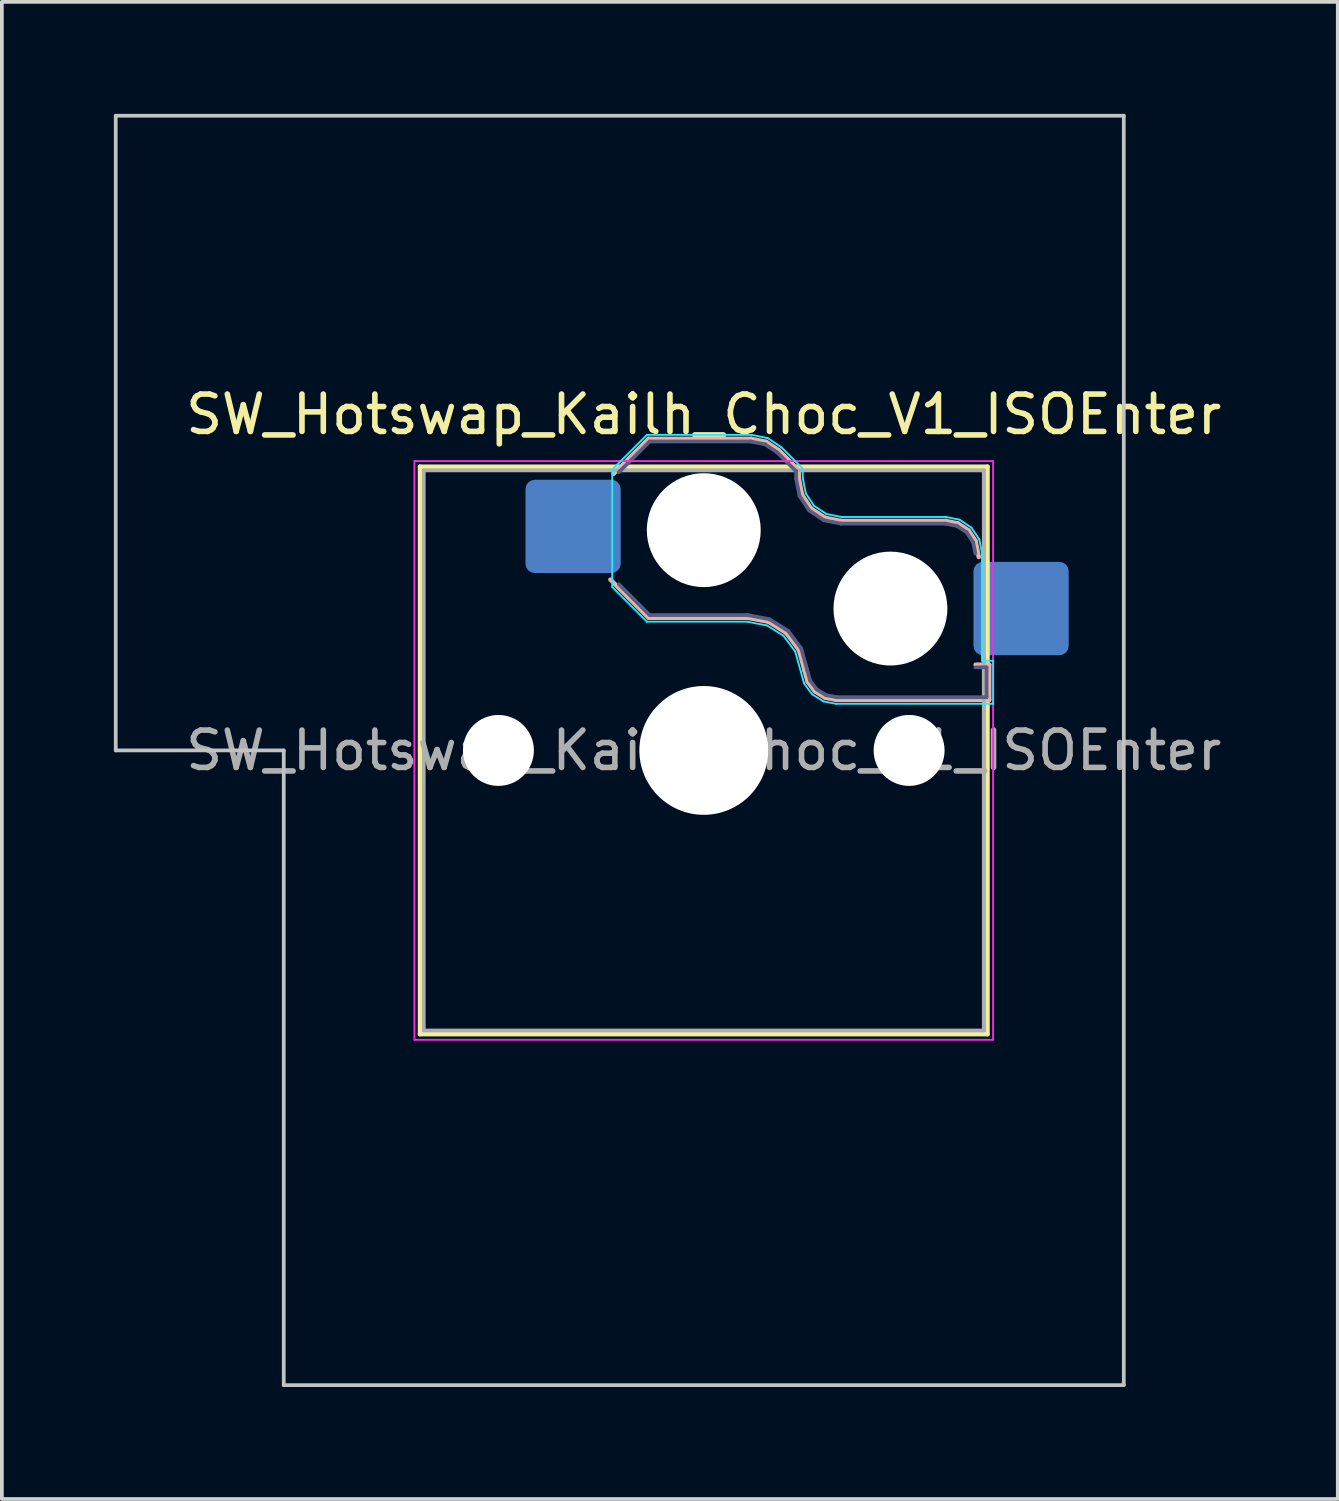
<source format=kicad_pcb>
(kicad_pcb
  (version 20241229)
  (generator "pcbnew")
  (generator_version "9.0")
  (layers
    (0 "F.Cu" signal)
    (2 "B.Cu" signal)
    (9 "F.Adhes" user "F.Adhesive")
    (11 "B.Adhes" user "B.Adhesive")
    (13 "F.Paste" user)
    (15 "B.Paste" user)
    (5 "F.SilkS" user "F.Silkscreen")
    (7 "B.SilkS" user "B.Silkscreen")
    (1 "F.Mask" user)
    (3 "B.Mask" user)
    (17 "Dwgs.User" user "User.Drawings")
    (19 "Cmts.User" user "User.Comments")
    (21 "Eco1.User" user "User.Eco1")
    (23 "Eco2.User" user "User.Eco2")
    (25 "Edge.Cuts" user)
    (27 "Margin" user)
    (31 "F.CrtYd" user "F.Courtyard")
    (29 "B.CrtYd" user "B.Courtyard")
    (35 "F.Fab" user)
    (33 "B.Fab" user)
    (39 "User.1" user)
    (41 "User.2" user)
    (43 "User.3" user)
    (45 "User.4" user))
  (footprint "SW_Hotswap_Kailh_Choc_V1_ISOEnter"
    (layer "F.Cu")
    (at 15.8 17.05)
    (property "Reference" "SW_Hotswap_Kailh_Choc_V1_ISOEnter" (at 0 -9 0) (layer "F.SilkS") (effects (font (size 1 1) (thickness 0.15))))
    (attr smd)
    (fp_line (start -7.6 -7.6) (end -7.6 7.6) (stroke (width 0.12) (type solid)) (layer "F.SilkS"))
    (fp_line (start -7.6 7.6) (end 7.6 7.6) (stroke (width 0.12) (type solid)) (layer "F.SilkS"))
    (fp_line (start 7.6 -7.6) (end -7.6 -7.6) (stroke (width 0.12) (type solid)) (layer "F.SilkS"))
    (fp_line (start 7.6 7.6) (end 7.6 -7.6) (stroke (width 0.12) (type solid)) (layer "F.SilkS"))
    (fp_line (start -2.416 -7.409) (end -1.479 -8.346) (stroke (width 0.12) (type solid)) (layer "B.SilkS"))
    (fp_line (start -1.479 -8.346) (end 1.268 -8.346) (stroke (width 0.12) (type solid)) (layer "B.SilkS"))
    (fp_line (start -1.479 -3.554) (end -2.5 -4.575) (stroke (width 0.12) (type solid)) (layer "B.SilkS"))
    (fp_line (start 1.168 -3.554) (end -1.479 -3.554) (stroke (width 0.12) (type solid)) (layer "B.SilkS"))
    (fp_line (start 1.268 -8.346) (end 1.671 -8.266) (stroke (width 0.12) (type solid)) (layer "B.SilkS"))
    (fp_line (start 1.671 -8.266) (end 2.013 -8.037) (stroke (width 0.12) (type solid)) (layer "B.SilkS"))
    (fp_line (start 1.73 -3.449) (end 1.168 -3.554) (stroke (width 0.12) (type solid)) (layer "B.SilkS"))
    (fp_line (start 2.013 -8.037) (end 2.546 -7.504) (stroke (width 0.12) (type solid)) (layer "B.SilkS"))
    (fp_line (start 2.209 -3.15) (end 1.73 -3.449) (stroke (width 0.12) (type solid)) (layer "B.SilkS"))
    (fp_line (start 2.546 -7.504) (end 2.546 -7.282) (stroke (width 0.12) (type solid)) (layer "B.SilkS"))
    (fp_line (start 2.546 -7.282) (end 2.633 -6.844) (stroke (width 0.12) (type solid)) (layer "B.SilkS"))
    (fp_line (start 2.547 -2.697) (end 2.209 -3.15) (stroke (width 0.12) (type solid)) (layer "B.SilkS"))
    (fp_line (start 2.633 -6.844) (end 2.877 -6.477) (stroke (width 0.12) (type solid)) (layer "B.SilkS"))
    (fp_line (start 2.701 -2.139) (end 2.547 -2.697) (stroke (width 0.12) (type solid)) (layer "B.SilkS"))
    (fp_line (start 2.783 -1.841) (end 2.701 -2.139) (stroke (width 0.12) (type solid)) (layer "B.SilkS"))
    (fp_line (start 2.877 -6.477) (end 3.244 -6.233) (stroke (width 0.12) (type solid)) (layer "B.SilkS"))
    (fp_line (start 2.976 -1.583) (end 2.783 -1.841) (stroke (width 0.12) (type solid)) (layer "B.SilkS"))
    (fp_line (start 3.244 -6.233) (end 3.682 -6.146) (stroke (width 0.12) (type solid)) (layer "B.SilkS"))
    (fp_line (start 3.25 -1.413) (end 2.976 -1.583) (stroke (width 0.12) (type solid)) (layer "B.SilkS"))
    (fp_line (start 3.56 -1.354) (end 3.25 -1.413) (stroke (width 0.12) (type solid)) (layer "B.SilkS"))
    (fp_line (start 3.682 -6.146) (end 6.482 -6.146) (stroke (width 0.12) (type solid)) (layer "B.SilkS"))
    (fp_line (start 6.482 -6.146) (end 6.809 -6.081) (stroke (width 0.12) (type solid)) (layer "B.SilkS"))
    (fp_line (start 6.809 -6.081) (end 7.092 -5.892) (stroke (width 0.12) (type solid)) (layer "B.SilkS"))
    (fp_line (start 7.092 -5.892) (end 7.281 -5.609) (stroke (width 0.12) (type solid)) (layer "B.SilkS"))
    (fp_line (start 7.281 -5.609) (end 7.366 -5.182) (stroke (width 0.12) (type solid)) (layer "B.SilkS"))
    (fp_line (start 7.283 -2.296) (end 7.646 -2.296) (stroke (width 0.12) (type solid)) (layer "B.SilkS"))
    (fp_line (start 7.646 -2.296) (end 7.646 -1.354) (stroke (width 0.12) (type solid)) (layer "B.SilkS"))
    (fp_line (start 7.646 -1.354) (end 3.56 -1.354) (stroke (width 0.12) (type solid)) (layer "B.SilkS"))
    (fp_line (start -15.75 -17) (end -15.75 0) (stroke (width 0.1) (type solid)) (layer "Dwgs.User"))
    (fp_line (start -15.75 0) (end -11.25 0) (stroke (width 0.1) (type solid)) (layer "Dwgs.User"))
    (fp_line (start -11.25 0) (end -11.25 17) (stroke (width 0.1) (type solid)) (layer "Dwgs.User"))
    (fp_line (start -11.25 17) (end 11.25 17) (stroke (width 0.1) (type solid)) (layer "Dwgs.User"))
    (fp_line (start 11.25 -17) (end -15.75 -17) (stroke (width 0.1) (type solid)) (layer "Dwgs.User"))
    (fp_line (start 11.25 17) (end 11.25 -17) (stroke (width 0.1) (type solid)) (layer "Dwgs.User"))
    (fp_line (start -7.25 -7.25) (end -7.25 7.25) (stroke (width 0.1) (type solid)) (layer "Eco1.User"))
    (fp_line (start -7.25 7.25) (end 7.25 7.25) (stroke (width 0.1) (type solid)) (layer "Eco1.User"))
    (fp_line (start 7.25 -7.25) (end -7.25 -7.25) (stroke (width 0.1) (type solid)) (layer "Eco1.User"))
    (fp_line (start 7.25 7.25) (end 7.25 -7.25) (stroke (width 0.1) (type solid)) (layer "Eco1.User"))
    (fp_line (start -2.452 -7.523) (end -1.523 -8.452) (stroke (width 0.05) (type solid)) (layer "B.CrtYd"))
    (fp_line (start -2.452 -4.377) (end -2.452 -7.523) (stroke (width 0.05) (type solid)) (layer "B.CrtYd"))
    (fp_line (start -1.523 -8.452) (end 1.278 -8.452) (stroke (width 0.05) (type solid)) (layer "B.CrtYd"))
    (fp_line (start -1.523 -3.448) (end -2.452 -4.377) (stroke (width 0.05) (type solid)) (layer "B.CrtYd"))
    (fp_line (start 1.159 -3.448) (end -1.523 -3.448) (stroke (width 0.05) (type solid)) (layer "B.CrtYd"))
    (fp_line (start 1.278 -8.452) (end 1.712 -8.366) (stroke (width 0.05) (type solid)) (layer "B.CrtYd"))
    (fp_line (start 1.691 -3.348) (end 1.159 -3.448) (stroke (width 0.05) (type solid)) (layer "B.CrtYd"))
    (fp_line (start 1.712 -8.366) (end 2.081 -8.119) (stroke (width 0.05) (type solid)) (layer "B.CrtYd"))
    (fp_line (start 2.081 -8.119) (end 2.652 -7.548) (stroke (width 0.05) (type solid)) (layer "B.CrtYd"))
    (fp_line (start 2.136 -3.071) (end 1.691 -3.348) (stroke (width 0.05) (type solid)) (layer "B.CrtYd"))
    (fp_line (start 2.45 -2.65) (end 2.136 -3.071) (stroke (width 0.05) (type solid)) (layer "B.CrtYd"))
    (fp_line (start 2.599 -2.111) (end 2.45 -2.65) (stroke (width 0.05) (type solid)) (layer "B.CrtYd"))
    (fp_line (start 2.652 -7.548) (end 2.652 -7.292) (stroke (width 0.05) (type solid)) (layer "B.CrtYd"))
    (fp_line (start 2.652 -7.292) (end 2.733 -6.885) (stroke (width 0.05) (type solid)) (layer "B.CrtYd"))
    (fp_line (start 2.687 -1.794) (end 2.599 -2.111) (stroke (width 0.05) (type solid)) (layer "B.CrtYd"))
    (fp_line (start 2.733 -6.885) (end 2.953 -6.553) (stroke (width 0.05) (type solid)) (layer "B.CrtYd"))
    (fp_line (start 2.903 -1.503) (end 2.687 -1.794) (stroke (width 0.05) (type solid)) (layer "B.CrtYd"))
    (fp_line (start 2.953 -6.553) (end 3.285 -6.333) (stroke (width 0.05) (type solid)) (layer "B.CrtYd"))
    (fp_line (start 3.211 -1.312) (end 2.903 -1.503) (stroke (width 0.05) (type solid)) (layer "B.CrtYd"))
    (fp_line (start 3.285 -6.333) (end 3.692 -6.252) (stroke (width 0.05) (type solid)) (layer "B.CrtYd"))
    (fp_line (start 3.55 -1.248) (end 3.211 -1.312) (stroke (width 0.05) (type solid)) (layer "B.CrtYd"))
    (fp_line (start 3.692 -6.252) (end 6.492 -6.252) (stroke (width 0.05) (type solid)) (layer "B.CrtYd"))
    (fp_line (start 6.492 -6.252) (end 6.85 -6.181) (stroke (width 0.05) (type solid)) (layer "B.CrtYd"))
    (fp_line (start 6.85 -6.181) (end 7.168 -5.968) (stroke (width 0.05) (type solid)) (layer "B.CrtYd"))
    (fp_line (start 7.168 -5.968) (end 7.381 -5.65) (stroke (width 0.05) (type solid)) (layer "B.CrtYd"))
    (fp_line (start 7.381 -5.65) (end 7.452 -5.292) (stroke (width 0.05) (type solid)) (layer "B.CrtYd"))
    (fp_line (start 7.452 -5.292) (end 7.452 -2.402) (stroke (width 0.05) (type solid)) (layer "B.CrtYd"))
    (fp_line (start 7.452 -2.402) (end 7.752 -2.402) (stroke (width 0.05) (type solid)) (layer "B.CrtYd"))
    (fp_line (start 7.752 -2.402) (end 7.752 -1.248) (stroke (width 0.05) (type solid)) (layer "B.CrtYd"))
    (fp_line (start 7.752 -1.248) (end 3.55 -1.248) (stroke (width 0.05) (type solid)) (layer "B.CrtYd"))
    (fp_line (start -7.75 -7.75) (end -7.75 7.75) (stroke (width 0.05) (type solid)) (layer "F.CrtYd"))
    (fp_line (start -7.75 7.75) (end 7.75 7.75) (stroke (width 0.05) (type solid)) (layer "F.CrtYd"))
    (fp_line (start 7.75 -7.75) (end -7.75 -7.75) (stroke (width 0.05) (type solid)) (layer "F.CrtYd"))
    (fp_line (start 7.75 7.75) (end 7.75 -7.75) (stroke (width 0.05) (type solid)) (layer "F.CrtYd"))
    (fp_line (start -2.275 -7.45) (end -1.45 -8.275) (stroke (width 0.1) (type solid)) (layer "B.Fab"))
    (fp_line (start -1.45 -8.275) (end 1.261 -8.275) (stroke (width 0.1) (type solid)) (layer "B.Fab"))
    (fp_line (start -1.45 -3.625) (end -2.275 -4.45) (stroke (width 0.1) (type solid)) (layer "B.Fab"))
    (fp_line (start 1.175 -3.625) (end -1.45 -3.625) (stroke (width 0.1) (type solid)) (layer "B.Fab"))
    (fp_line (start 1.261 -8.275) (end 1.643 -8.199) (stroke (width 0.1) (type solid)) (layer "B.Fab"))
    (fp_line (start 1.643 -8.199) (end 1.968 -7.982) (stroke (width 0.1) (type solid)) (layer "B.Fab"))
    (fp_line (start 1.756 -3.516) (end 1.175 -3.625) (stroke (width 0.1) (type solid)) (layer "B.Fab"))
    (fp_line (start 1.968 -7.982) (end 2.475 -7.475) (stroke (width 0.1) (type solid)) (layer "B.Fab"))
    (fp_line (start 2.258 -3.203) (end 1.756 -3.516) (stroke (width 0.1) (type solid)) (layer "B.Fab"))
    (fp_line (start 2.475 -7.475) (end 2.475 -7.275) (stroke (width 0.1) (type solid)) (layer "B.Fab"))
    (fp_line (start 2.475 -7.275) (end 2.566 -6.816) (stroke (width 0.1) (type solid)) (layer "B.Fab"))
    (fp_line (start 2.566 -6.816) (end 2.826 -6.426) (stroke (width 0.1) (type solid)) (layer "B.Fab"))
    (fp_line (start 2.612 -2.729) (end 2.258 -3.203) (stroke (width 0.1) (type solid)) (layer "B.Fab"))
    (fp_line (start 2.769 -2.158) (end 2.612 -2.729) (stroke (width 0.1) (type solid)) (layer "B.Fab"))
    (fp_line (start 2.826 -6.426) (end 3.216 -6.166) (stroke (width 0.1) (type solid)) (layer "B.Fab"))
    (fp_line (start 2.848 -1.873) (end 2.769 -2.158) (stroke (width 0.1) (type solid)) (layer "B.Fab"))
    (fp_line (start 3.025 -1.636) (end 2.848 -1.873) (stroke (width 0.1) (type solid)) (layer "B.Fab"))
    (fp_line (start 3.216 -6.166) (end 3.675 -6.075) (stroke (width 0.1) (type solid)) (layer "B.Fab"))
    (fp_line (start 3.276 -1.48) (end 3.025 -1.636) (stroke (width 0.1) (type solid)) (layer "B.Fab"))
    (fp_line (start 3.567 -1.425) (end 3.276 -1.48) (stroke (width 0.1) (type solid)) (layer "B.Fab"))
    (fp_line (start 3.675 -6.075) (end 6.475 -6.075) (stroke (width 0.1) (type solid)) (layer "B.Fab"))
    (fp_line (start 6.475 -6.075) (end 6.781 -6.014) (stroke (width 0.1) (type solid)) (layer "B.Fab"))
    (fp_line (start 6.781 -6.014) (end 7.041 -5.841) (stroke (width 0.1) (type solid)) (layer "B.Fab"))
    (fp_line (start 7.041 -5.841) (end 7.214 -5.581) (stroke (width 0.1) (type solid)) (layer "B.Fab"))
    (fp_line (start 7.214 -5.581) (end 7.275 -5.275) (stroke (width 0.1) (type solid)) (layer "B.Fab"))
    (fp_line (start 7.275 -2.225) (end 7.575 -2.225) (stroke (width 0.1) (type solid)) (layer "B.Fab"))
    (fp_line (start 7.575 -2.225) (end 7.575 -1.425) (stroke (width 0.1) (type solid)) (layer "B.Fab"))
    (fp_line (start 7.575 -1.425) (end 3.567 -1.425) (stroke (width 0.1) (type solid)) (layer "B.Fab"))
    (fp_line (start -7.5 -7.5) (end -7.5 7.5) (stroke (width 0.1) (type solid)) (layer "F.Fab"))
    (fp_line (start -7.5 7.5) (end 7.5 7.5) (stroke (width 0.1) (type solid)) (layer "F.Fab"))
    (fp_line (start 7.5 -7.5) (end -7.5 -7.5) (stroke (width 0.1) (type solid)) (layer "F.Fab"))
    (fp_line (start 7.5 7.5) (end 7.5 -7.5) (stroke (width 0.1) (type solid)) (layer "F.Fab"))
    (fp_text user "${REFERENCE}" (at 0 0 0) (layer "F.Fab") (effects (font (size 1 1) (thickness 0.15))))
    (pad "" np_thru_hole circle (at -5.5 0) (size 1.9 1.9) (drill 1.9) (layers "*.Cu" "*.Mask"))
    (pad "" np_thru_hole circle (at 0 -5.9) (size 3.05 3.05) (drill 3.05) (layers "*.Cu" "*.Mask"))
    (pad "" np_thru_hole circle (at 0 0) (size 3.45 3.45) (drill 3.45) (layers "*.Cu" "*.Mask"))
    (pad "" np_thru_hole circle (at 5 -3.8) (size 3.05 3.05) (drill 3.05) (layers "*.Cu" "*.Mask"))
    (pad "" np_thru_hole circle (at 5.5 0) (size 1.9 1.9) (drill 1.9) (layers "*.Cu" "*.Mask"))
    (pad "1" smd roundrect (at -3.5 -6) (size 2.55 2.5) (layers "B.Cu" "B.Mask" "B.Paste") (roundrect_rratio 0.1))
    (pad "2" smd roundrect (at 8.5 -3.8) (size 2.55 2.5) (layers "B.Cu" "B.Mask" "B.Paste") (roundrect_rratio 0.1)))
  (gr_rect
    (start -3 -3)
    (end 32.782 37.1)
    (stroke (width 0.1) (type default))
    (fill no)
    (layer "Edge.Cuts")))
</source>
